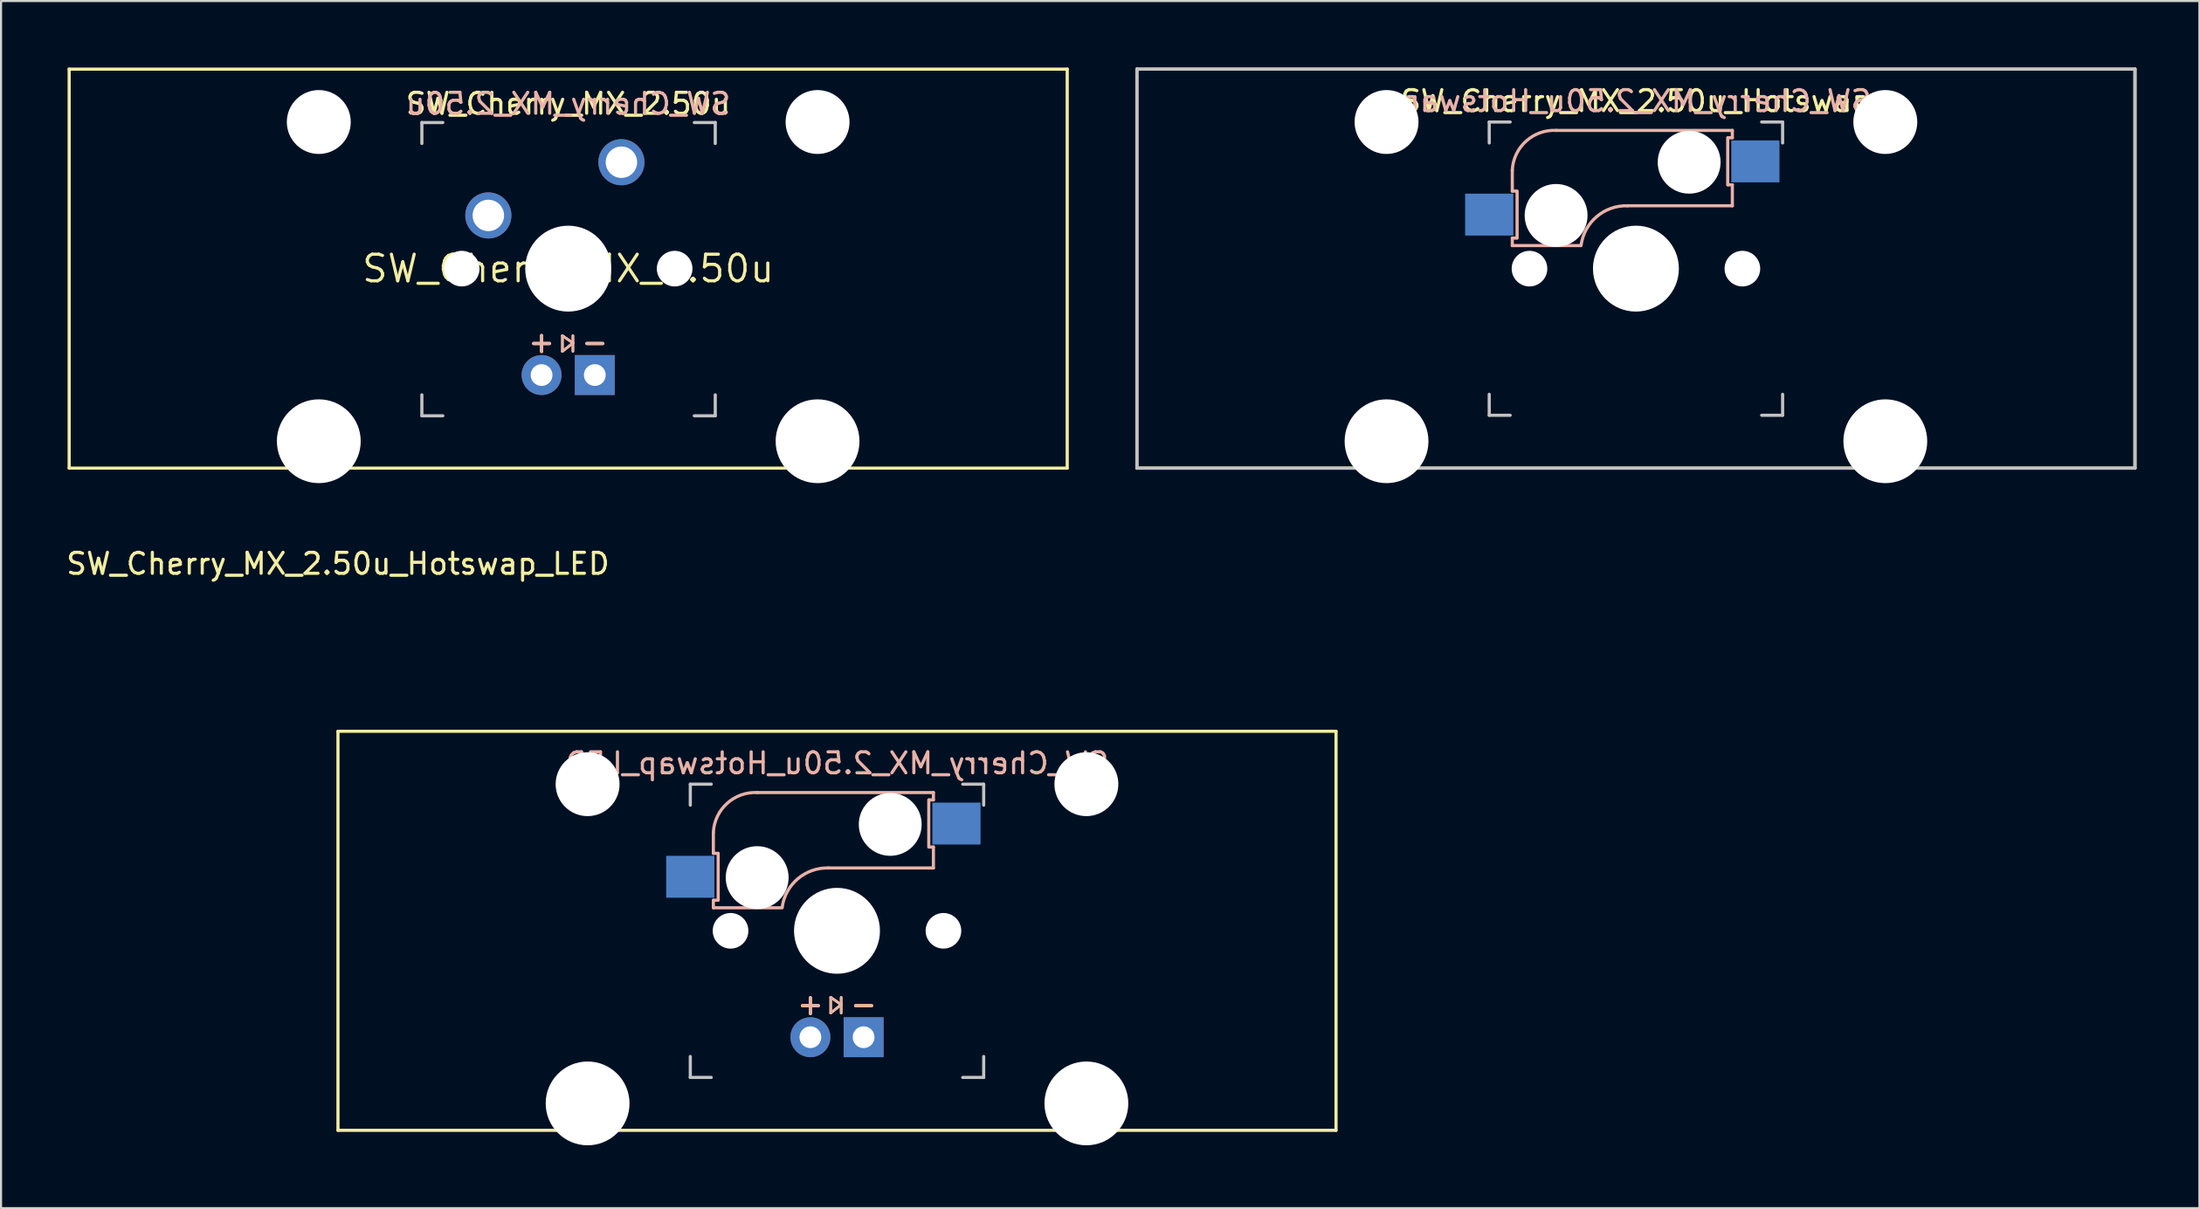
<source format=kicad_pcb>
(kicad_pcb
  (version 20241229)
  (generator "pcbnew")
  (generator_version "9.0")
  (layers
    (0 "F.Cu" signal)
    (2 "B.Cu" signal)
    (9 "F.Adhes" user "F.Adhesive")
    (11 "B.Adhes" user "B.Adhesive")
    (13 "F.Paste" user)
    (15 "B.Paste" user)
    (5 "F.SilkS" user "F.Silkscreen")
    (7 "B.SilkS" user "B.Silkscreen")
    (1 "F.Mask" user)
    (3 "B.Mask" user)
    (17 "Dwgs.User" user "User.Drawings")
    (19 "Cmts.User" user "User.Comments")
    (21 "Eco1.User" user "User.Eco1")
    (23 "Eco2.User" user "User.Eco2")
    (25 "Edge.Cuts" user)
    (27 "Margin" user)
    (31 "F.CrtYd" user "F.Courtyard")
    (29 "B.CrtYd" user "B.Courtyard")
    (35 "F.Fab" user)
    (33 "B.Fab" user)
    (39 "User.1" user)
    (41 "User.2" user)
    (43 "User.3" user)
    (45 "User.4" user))
  (footprint "SW_Cherry_MX_2.50u"
    (layer "F.Cu")
    (at 0.25 0.25)
    (property "Reference" "SW_Cherry_MX_2.50u" (at 23.812 9.525 0) (layer "F.SilkS") (effects (font (size 1.27 1.27) (thickness 0.15))))
    (attr through_hole)
    (fp_line (start 0 0) (end 47.625 0) (stroke (width 0.15) (type solid)) (layer "F.SilkS"))
    (fp_line (start 0 19.05) (end 0 0) (stroke (width 0.15) (type solid)) (layer "F.SilkS"))
    (fp_line (start 0 19.05) (end 47.625 19.05) (stroke (width 0.15) (type solid)) (layer "F.SilkS"))
    (fp_line (start 23.538 12.725) (end 23.538 13.475) (stroke (width 0.12) (type solid)) (layer "F.SilkS"))
    (fp_line (start 23.538 13.475) (end 24.038 13.075) (stroke (width 0.12) (type solid)) (layer "F.SilkS"))
    (fp_line (start 24.038 12.725) (end 24.038 13.475) (stroke (width 0.12) (type solid)) (layer "F.SilkS"))
    (fp_line (start 24.038 13.075) (end 23.538 12.725) (stroke (width 0.12) (type solid)) (layer "F.SilkS"))
    (fp_line (start 47.625 0) (end 47.625 19.05) (stroke (width 0.15) (type solid)) (layer "F.SilkS"))
    (fp_line (start 23.538 12.725) (end 23.538 13.475) (stroke (width 0.12) (type solid)) (layer "B.SilkS"))
    (fp_line (start 23.538 13.475) (end 24.038 13.075) (stroke (width 0.12) (type solid)) (layer "B.SilkS"))
    (fp_line (start 24.038 12.725) (end 24.038 13.475) (stroke (width 0.12) (type solid)) (layer "B.SilkS"))
    (fp_line (start 24.038 13.075) (end 23.538 12.725) (stroke (width 0.12) (type solid)) (layer "B.SilkS"))
    (fp_line (start 16.83 2.55) (end 17.83 2.55) (stroke (width 0.15) (type solid)) (layer "Dwgs.User"))
    (fp_line (start 16.83 3.55) (end 16.83 2.55) (stroke (width 0.15) (type solid)) (layer "Dwgs.User"))
    (fp_line (start 16.83 15.55) (end 16.83 16.55) (stroke (width 0.15) (type solid)) (layer "Dwgs.User"))
    (fp_line (start 16.83 16.55) (end 17.83 16.55) (stroke (width 0.15) (type solid)) (layer "Dwgs.User"))
    (fp_line (start 29.83 16.55) (end 30.83 16.55) (stroke (width 0.15) (type solid)) (layer "Dwgs.User"))
    (fp_line (start 30.83 2.55) (end 29.83 2.55) (stroke (width 0.15) (type solid)) (layer "Dwgs.User"))
    (fp_line (start 30.83 2.55) (end 30.83 3.55) (stroke (width 0.15) (type solid)) (layer "Dwgs.User"))
    (fp_line (start 30.83 16.55) (end 30.83 15.55) (stroke (width 0.15) (type solid)) (layer "Dwgs.User"))
    (fp_line (start 8.312 3.475) (end 16.762 3.475) (stroke (width 0.05) (type solid)) (layer "Eco1.User"))
    (fp_line (start 8.312 18.575) (end 8.312 3.475) (stroke (width 0.05) (type solid)) (layer "Eco1.User"))
    (fp_line (start 15.312 16.575) (end 15.312 18.575) (stroke (width 0.05) (type solid)) (layer "Eco1.User"))
    (fp_line (start 15.312 18.575) (end 8.312 18.575) (stroke (width 0.05) (type solid)) (layer "Eco1.User"))
    (fp_line (start 16.762 2.475) (end 16.762 3.475) (stroke (width 0.05) (type solid)) (layer "Eco1.User"))
    (fp_line (start 16.762 2.475) (end 30.863 2.475) (stroke (width 0.05) (type solid)) (layer "Eco1.User"))
    (fp_line (start 23.812 16.575) (end 15.312 16.575) (stroke (width 0.05) (type solid)) (layer "Eco1.User"))
    (fp_line (start 23.812 16.575) (end 32.312 16.575) (stroke (width 0.05) (type default)) (layer "Eco1.User"))
    (fp_line (start 30.863 2.475) (end 30.863 3.475) (stroke (width 0.05) (type solid)) (layer "Eco1.User"))
    (fp_line (start 30.863 3.475) (end 39.312 3.475) (stroke (width 0.05) (type solid)) (layer "Eco1.User"))
    (fp_line (start 32.312 18.575) (end 32.312 16.575) (stroke (width 0.05) (type solid)) (layer "Eco1.User"))
    (fp_line (start 32.312 18.575) (end 39.312 18.575) (stroke (width 0.05) (type solid)) (layer "Eco1.User"))
    (fp_line (start 39.312 18.575) (end 39.312 3.475) (stroke (width 0.05) (type solid)) (layer "Eco1.User"))
    (fp_text user "${REFERENCE}" (at 23.812 1.651 0) (layer "F.SilkS") (effects (font (size 1 1) (thickness 0.15))))
    (fp_text user "+" (at 22.543 13.025 0) (layer "F.SilkS") (effects (font (size 1 1) (thickness 0.15))))
    (fp_text user "-" (at 25.082 13.025 0) (layer "F.SilkS") (effects (font (size 1 1) (thickness 0.15))))
    (fp_text user "+" (at 22.543 13.025 0) (layer "B.SilkS") (effects (font (size 1 1) (thickness 0.15))))
    (fp_text user "-" (at 25.082 13.025 0) (layer "B.SilkS") (effects (font (size 1 1) (thickness 0.15))))
    (fp_text user "${REFERENCE}" (at 23.812 1.651 0) (layer "B.SilkS") (effects (font (size 1 1) (thickness 0.15)) (justify mirror)))
    (pad "" np_thru_hole circle (at 11.912 2.525) (size 3.05 3.05) (drill 3.05) (layers "*.Cu" "*.Mask"))
    (pad "" np_thru_hole circle (at 11.912 17.765) (size 4 4) (drill 4) (layers "*.Cu" "*.Mask"))
    (pad "" np_thru_hole circle (at 18.733 9.525) (size 1.7 1.7) (drill 1.7) (layers "*.Cu" "*.Mask"))
    (pad "" np_thru_hole circle (at 23.812 9.525 90) (size 4.1 4.1) (drill 4.1) (layers "*.Cu" "*.Mask"))
    (pad "" np_thru_hole circle (at 28.892 9.525) (size 1.7 1.7) (drill 1.7) (layers "*.Cu" "*.Mask"))
    (pad "" np_thru_hole circle (at 35.712 2.525) (size 3.05 3.05) (drill 3.05) (layers "*.Cu" "*.Mask"))
    (pad "" np_thru_hole circle (at 35.712 17.765) (size 4 4) (drill 4) (layers "*.Cu" "*.Mask"))
    (pad "1" thru_hole circle (at 26.352 4.445) (size 2.2 2.2) (drill 1.5) (layers "*.Cu" "*.Mask"))
    (pad "2" thru_hole circle (at 20.003 6.985) (size 2.2 2.2) (drill 1.5) (layers "*.Cu" "*.Mask"))
    (pad "3" thru_hole circle (at 22.543 14.605) (size 1.905 1.905) (drill 1.04) (layers "*.Cu" "*.Mask"))
    (pad "4" thru_hole rect (at 25.082 14.605) (size 1.905 1.905) (drill 1.04) (layers "*.Cu" "*.Mask")))
  (footprint "SW_Cherry_MX_2.50u_Hotswap_LED"
    (layer "F.Cu")
    (at 13.077 31.863)
    (property "Reference" "SW_Cherry_MX_2.50u_Hotswap_LED" (at 0 -8 0) (unlocked yes) (layer "F.SilkS") (effects (font (size 1 1) (thickness 0.15))))
    (attr through_hole)
    (fp_line (start 0 0) (end 47.625 0) (stroke (width 0.15) (type solid)) (layer "F.SilkS"))
    (fp_line (start 0 19.05) (end 0 0) (stroke (width 0.15) (type solid)) (layer "F.SilkS"))
    (fp_line (start 0 19.05) (end 47.625 19.05) (stroke (width 0.15) (type solid)) (layer "F.SilkS"))
    (fp_line (start 23.512 12.7) (end 23.512 13.45) (stroke (width 0.12) (type solid)) (layer "F.SilkS"))
    (fp_line (start 23.512 13.45) (end 24.012 13.05) (stroke (width 0.12) (type solid)) (layer "F.SilkS"))
    (fp_line (start 24.012 12.7) (end 24.012 13.45) (stroke (width 0.12) (type solid)) (layer "F.SilkS"))
    (fp_line (start 24.012 13.05) (end 23.512 12.7) (stroke (width 0.12) (type solid)) (layer "F.SilkS"))
    (fp_line (start 47.625 0) (end 47.625 19.05) (stroke (width 0.15) (type solid)) (layer "F.SilkS"))
    (fp_line (start 17.913 4.825) (end 17.913 5.825) (stroke (width 0.15) (type solid)) (layer "B.SilkS"))
    (fp_line (start 17.913 5.825) (end 18.113 5.825) (stroke (width 0.15) (type solid)) (layer "B.SilkS"))
    (fp_line (start 17.913 8.425) (end 17.913 8.065) (stroke (width 0.15) (type solid)) (layer "B.SilkS"))
    (fp_line (start 17.913 8.425) (end 21.192 8.425) (stroke (width 0.15) (type solid)) (layer "B.SilkS"))
    (fp_line (start 18.113 8.065) (end 17.913 8.065) (stroke (width 0.15) (type solid)) (layer "B.SilkS"))
    (fp_line (start 18.142 5.825) (end 18.142 8.065) (stroke (width 0.15) (type solid)) (layer "B.SilkS"))
    (fp_line (start 23.413 6.525) (end 28.413 6.525) (stroke (width 0.15) (type solid)) (layer "B.SilkS"))
    (fp_line (start 23.512 12.7) (end 23.512 13.45) (stroke (width 0.12) (type solid)) (layer "B.SilkS"))
    (fp_line (start 23.512 13.45) (end 24.012 13.05) (stroke (width 0.12) (type solid)) (layer "B.SilkS"))
    (fp_line (start 24.012 12.7) (end 24.012 13.45) (stroke (width 0.12) (type solid)) (layer "B.SilkS"))
    (fp_line (start 24.012 13.05) (end 23.512 12.7) (stroke (width 0.12) (type solid)) (layer "B.SilkS"))
    (fp_line (start 28.192 5.525) (end 28.192 3.275) (stroke (width 0.15) (type solid)) (layer "B.SilkS"))
    (fp_line (start 28.212 3.275) (end 28.413 3.275) (stroke (width 0.15) (type solid)) (layer "B.SilkS"))
    (fp_line (start 28.413 2.925) (end 20.012 2.925) (stroke (width 0.15) (type solid)) (layer "B.SilkS"))
    (fp_line (start 28.413 3.275) (end 28.413 2.925) (stroke (width 0.15) (type solid)) (layer "B.SilkS"))
    (fp_line (start 28.413 5.525) (end 28.212 5.525) (stroke (width 0.15) (type solid)) (layer "B.SilkS"))
    (fp_line (start 28.413 6.525) (end 28.413 5.525) (stroke (width 0.15) (type solid)) (layer "B.SilkS"))
    (fp_arc (start 17.9125 4.825001) (mid 18.568996 3.440076) (end 20.012499 2.925) (stroke (width 0.15) (type solid)) (layer "B.SilkS"))
    (fp_arc (start 21.196182 8.403529) (mid 21.943791 7.038882) (end 23.4125 6.525) (stroke (width 0.15) (type solid)) (layer "B.SilkS"))
    (fp_line (start 16.812 2.525) (end 17.812 2.525) (stroke (width 0.15) (type solid)) (layer "Dwgs.User"))
    (fp_line (start 16.812 3.525) (end 16.812 2.525) (stroke (width 0.15) (type solid)) (layer "Dwgs.User"))
    (fp_line (start 16.812 15.525) (end 16.812 16.525) (stroke (width 0.15) (type solid)) (layer "Dwgs.User"))
    (fp_line (start 16.812 16.525) (end 17.812 16.525) (stroke (width 0.15) (type solid)) (layer "Dwgs.User"))
    (fp_line (start 29.812 16.525) (end 30.812 16.525) (stroke (width 0.15) (type solid)) (layer "Dwgs.User"))
    (fp_line (start 30.812 2.525) (end 29.812 2.525) (stroke (width 0.15) (type solid)) (layer "Dwgs.User"))
    (fp_line (start 30.812 2.525) (end 30.812 3.525) (stroke (width 0.15) (type solid)) (layer "Dwgs.User"))
    (fp_line (start 30.812 16.525) (end 30.812 15.525) (stroke (width 0.15) (type solid)) (layer "Dwgs.User"))
    (fp_line (start 8.312 3.475) (end 16.762 3.475) (stroke (width 0.05) (type solid)) (layer "Eco1.User"))
    (fp_line (start 8.312 18.575) (end 8.312 3.475) (stroke (width 0.05) (type solid)) (layer "Eco1.User"))
    (fp_line (start 15.312 16.575) (end 15.312 18.575) (stroke (width 0.05) (type solid)) (layer "Eco1.User"))
    (fp_line (start 15.312 18.575) (end 8.312 18.575) (stroke (width 0.05) (type solid)) (layer "Eco1.User"))
    (fp_line (start 16.762 2.475) (end 16.762 3.475) (stroke (width 0.05) (type solid)) (layer "Eco1.User"))
    (fp_line (start 16.762 2.475) (end 30.863 2.475) (stroke (width 0.05) (type solid)) (layer "Eco1.User"))
    (fp_line (start 23.812 16.575) (end 15.312 16.575) (stroke (width 0.05) (type solid)) (layer "Eco1.User"))
    (fp_line (start 23.812 16.575) (end 32.312 16.575) (stroke (width 0.05) (type default)) (layer "Eco1.User"))
    (fp_line (start 30.863 2.475) (end 30.863 3.475) (stroke (width 0.05) (type solid)) (layer "Eco1.User"))
    (fp_line (start 30.863 3.475) (end 39.312 3.475) (stroke (width 0.05) (type solid)) (layer "Eco1.User"))
    (fp_line (start 32.312 18.575) (end 32.312 16.575) (stroke (width 0.05) (type solid)) (layer "Eco1.User"))
    (fp_line (start 32.312 18.575) (end 39.312 18.575) (stroke (width 0.05) (type solid)) (layer "Eco1.User"))
    (fp_line (start 39.312 18.575) (end 39.312 3.475) (stroke (width 0.05) (type solid)) (layer "Eco1.User"))
    (fp_text user "+" (at 22.543 13.025 0) (layer "F.SilkS") (effects (font (size 1 1) (thickness 0.15))))
    (fp_text user "-" (at 25.082 13.025 0) (layer "F.SilkS") (effects (font (size 1 1) (thickness 0.15))))
    (fp_text user "+" (at 22.543 13.025 0) (layer "B.SilkS") (effects (font (size 1 1) (thickness 0.15))))
    (fp_text user "${REFERENCE}" (at 23.812 1.525 0) (layer "B.SilkS") (effects (font (size 1 1) (thickness 0.15)) (justify mirror)))
    (fp_text user "-" (at 25.082 13.025 0) (layer "B.SilkS") (effects (font (size 1 1) (thickness 0.15))))
    (pad "" np_thru_hole circle (at 11.912 2.525) (size 3.05 3.05) (drill 3.05) (layers "*.Cu" "*.Mask"))
    (pad "" np_thru_hole circle (at 11.912 17.765) (size 4 4) (drill 4) (layers "*.Cu" "*.Mask"))
    (pad "" np_thru_hole circle (at 18.733 9.525) (size 1.7 1.7) (drill 1.7) (layers "*.Cu" "*.Mask"))
    (pad "" np_thru_hole circle (at 20.003 6.985 180) (size 3 3) (drill 3) (layers "*.Cu" "*.Mask"))
    (pad "" np_thru_hole circle (at 23.812 9.525 90) (size 4.1 4.1) (drill 4.1) (layers "*.Cu" "*.Mask"))
    (pad "" np_thru_hole circle (at 26.352 4.445 180) (size 3 3) (drill 3) (layers "*.Cu" "*.Mask"))
    (pad "" np_thru_hole circle (at 28.892 9.525) (size 1.7 1.7) (drill 1.7) (layers "*.Cu" "*.Mask"))
    (pad "" np_thru_hole circle (at 35.712 2.525) (size 3.05 3.05) (drill 3.05) (layers "*.Cu" "*.Mask"))
    (pad "" np_thru_hole circle (at 35.712 17.765) (size 4 4) (drill 4) (layers "*.Cu" "*.Mask"))
    (pad "1" smd rect (at 16.812 6.945 180) (size 2.3 2) (layers "B.Cu" "B.Mask" "B.Paste"))
    (pad "2" smd rect (at 29.512 4.405 180) (size 2.3 2) (layers "B.Cu" "B.Mask" "B.Paste"))
    (pad "3" thru_hole circle (at 22.543 14.605) (size 1.905 1.905) (drill 1.04) (layers "*.Cu" "*.Mask"))
    (pad "4" thru_hole rect (at 25.082 14.605) (size 1.905 1.905) (drill 1.04) (layers "*.Cu" "*.Mask")))
  (footprint "SW_Cherry_MX_2.50u_Hotswap"
    (layer "F.Cu")
    (at 51.2 0.25)
    (property "Reference" "SW_Cherry_MX_2.50u_Hotswap" (at 23.812 1.525 0) (unlocked yes) (layer "F.SilkS") (effects (font (size 1 1) (thickness 0.15))))
    (attr smd)
    (fp_line (start 0 0) (end 47.625 0) (stroke (width 0.15) (type solid)) (layer "F.SilkS"))
    (fp_line (start 0 19.05) (end 0 0) (stroke (width 0.15) (type solid)) (layer "F.SilkS"))
    (fp_line (start 0 19.05) (end 47.625 19.05) (stroke (width 0.15) (type solid)) (layer "F.SilkS"))
    (fp_line (start 47.625 0) (end 47.625 19.05) (stroke (width 0.15) (type solid)) (layer "F.SilkS"))
    (fp_line (start 17.913 4.825) (end 17.913 5.825) (stroke (width 0.15) (type solid)) (layer "B.SilkS"))
    (fp_line (start 17.913 5.825) (end 18.113 5.825) (stroke (width 0.15) (type solid)) (layer "B.SilkS"))
    (fp_line (start 17.913 8.425) (end 17.913 8.065) (stroke (width 0.15) (type solid)) (layer "B.SilkS"))
    (fp_line (start 17.913 8.425) (end 21.192 8.425) (stroke (width 0.15) (type solid)) (layer "B.SilkS"))
    (fp_line (start 18.113 8.065) (end 17.913 8.065) (stroke (width 0.15) (type solid)) (layer "B.SilkS"))
    (fp_line (start 18.142 5.825) (end 18.142 8.065) (stroke (width 0.15) (type solid)) (layer "B.SilkS"))
    (fp_line (start 23.413 6.525) (end 28.413 6.525) (stroke (width 0.15) (type solid)) (layer "B.SilkS"))
    (fp_line (start 28.192 5.525) (end 28.192 3.275) (stroke (width 0.15) (type solid)) (layer "B.SilkS"))
    (fp_line (start 28.212 3.275) (end 28.413 3.275) (stroke (width 0.15) (type solid)) (layer "B.SilkS"))
    (fp_line (start 28.413 2.925) (end 20.012 2.925) (stroke (width 0.15) (type solid)) (layer "B.SilkS"))
    (fp_line (start 28.413 3.275) (end 28.413 2.925) (stroke (width 0.15) (type solid)) (layer "B.SilkS"))
    (fp_line (start 28.413 5.525) (end 28.212 5.525) (stroke (width 0.15) (type solid)) (layer "B.SilkS"))
    (fp_line (start 28.413 6.525) (end 28.413 5.525) (stroke (width 0.15) (type solid)) (layer "B.SilkS"))
    (fp_arc (start 17.9125 4.825001) (mid 18.568996 3.440076) (end 20.012499 2.925) (stroke (width 0.15) (type solid)) (layer "B.SilkS"))
    (fp_arc (start 21.196182 8.403529) (mid 21.943791 7.038882) (end 23.4125 6.525) (stroke (width 0.15) (type solid)) (layer "B.SilkS"))
    (fp_line (start 0 0) (end 47.625 0) (stroke (width 0.15) (type solid)) (layer "Dwgs.User"))
    (fp_line (start 0 19.05) (end 0 0) (stroke (width 0.15) (type solid)) (layer "Dwgs.User"))
    (fp_line (start 0 19.05) (end 47.625 19.05) (stroke (width 0.15) (type solid)) (layer "Dwgs.User"))
    (fp_line (start 16.812 2.525) (end 17.812 2.525) (stroke (width 0.15) (type solid)) (layer "Dwgs.User"))
    (fp_line (start 16.812 3.525) (end 16.812 2.525) (stroke (width 0.15) (type solid)) (layer "Dwgs.User"))
    (fp_line (start 16.812 15.525) (end 16.812 16.525) (stroke (width 0.15) (type solid)) (layer "Dwgs.User"))
    (fp_line (start 16.812 16.525) (end 17.812 16.525) (stroke (width 0.15) (type solid)) (layer "Dwgs.User"))
    (fp_line (start 29.812 16.525) (end 30.812 16.525) (stroke (width 0.15) (type solid)) (layer "Dwgs.User"))
    (fp_line (start 30.812 2.525) (end 29.812 2.525) (stroke (width 0.15) (type solid)) (layer "Dwgs.User"))
    (fp_line (start 30.812 2.525) (end 30.812 3.525) (stroke (width 0.15) (type solid)) (layer "Dwgs.User"))
    (fp_line (start 30.812 16.525) (end 30.812 15.525) (stroke (width 0.15) (type solid)) (layer "Dwgs.User"))
    (fp_line (start 47.625 0) (end 47.625 19.05) (stroke (width 0.15) (type solid)) (layer "Dwgs.User"))
    (fp_line (start 8.312 3.475) (end 16.762 3.475) (stroke (width 0.05) (type solid)) (layer "Eco1.User"))
    (fp_line (start 8.312 18.575) (end 8.312 3.475) (stroke (width 0.05) (type solid)) (layer "Eco1.User"))
    (fp_line (start 15.312 16.575) (end 15.312 18.575) (stroke (width 0.05) (type solid)) (layer "Eco1.User"))
    (fp_line (start 15.312 18.575) (end 8.312 18.575) (stroke (width 0.05) (type solid)) (layer "Eco1.User"))
    (fp_line (start 16.762 2.475) (end 16.762 3.475) (stroke (width 0.05) (type solid)) (layer "Eco1.User"))
    (fp_line (start 16.762 2.475) (end 30.863 2.475) (stroke (width 0.05) (type solid)) (layer "Eco1.User"))
    (fp_line (start 23.812 16.575) (end 15.312 16.575) (stroke (width 0.05) (type solid)) (layer "Eco1.User"))
    (fp_line (start 23.812 16.575) (end 32.312 16.575) (stroke (width 0.05) (type default)) (layer "Eco1.User"))
    (fp_line (start 30.863 2.475) (end 30.863 3.475) (stroke (width 0.05) (type solid)) (layer "Eco1.User"))
    (fp_line (start 30.863 3.475) (end 39.312 3.475) (stroke (width 0.05) (type solid)) (layer "Eco1.User"))
    (fp_line (start 32.312 18.575) (end 32.312 16.575) (stroke (width 0.05) (type solid)) (layer "Eco1.User"))
    (fp_line (start 32.312 18.575) (end 39.312 18.575) (stroke (width 0.05) (type solid)) (layer "Eco1.User"))
    (fp_line (start 39.312 18.575) (end 39.312 3.475) (stroke (width 0.05) (type solid)) (layer "Eco1.User"))
    (fp_text user "${REFERENCE}" (at 23.812 1.525 0) (layer "B.SilkS") (effects (font (size 1 1) (thickness 0.15)) (justify mirror)))
    (pad "" np_thru_hole circle (at 11.912 2.525) (size 3.05 3.05) (drill 3.05) (layers "*.Cu" "*.Mask"))
    (pad "" np_thru_hole circle (at 11.912 17.765) (size 4 4) (drill 4) (layers "*.Cu" "*.Mask"))
    (pad "" np_thru_hole circle (at 18.733 9.525) (size 1.7 1.7) (drill 1.7) (layers "*.Cu" "*.Mask"))
    (pad "" np_thru_hole circle (at 20.003 6.985 180) (size 3 3) (drill 3) (layers "*.Cu" "*.Mask"))
    (pad "" np_thru_hole circle (at 23.812 9.525 90) (size 4.1 4.1) (drill 4.1) (layers "*.Cu" "*.Mask"))
    (pad "" np_thru_hole circle (at 26.352 4.445 180) (size 3 3) (drill 3) (layers "*.Cu" "*.Mask"))
    (pad "" np_thru_hole circle (at 28.892 9.525) (size 1.7 1.7) (drill 1.7) (layers "*.Cu" "*.Mask"))
    (pad "" np_thru_hole circle (at 35.712 2.525) (size 3.05 3.05) (drill 3.05) (layers "*.Cu" "*.Mask"))
    (pad "" np_thru_hole circle (at 35.712 17.765) (size 4 4) (drill 4) (layers "*.Cu" "*.Mask"))
    (pad "1" smd rect (at 16.812 6.945 180) (size 2.3 2) (layers "B.Cu" "B.Mask" "B.Paste"))
    (pad "2" smd rect (at 29.512 4.405 180) (size 2.3 2) (layers "B.Cu" "B.Mask" "B.Paste")))
  (gr_rect
    (start -3 -3)
    (end 101.9 54.628)
    (stroke (width 0.1) (type default))
    (fill no)
    (layer "Edge.Cuts")))
</source>
